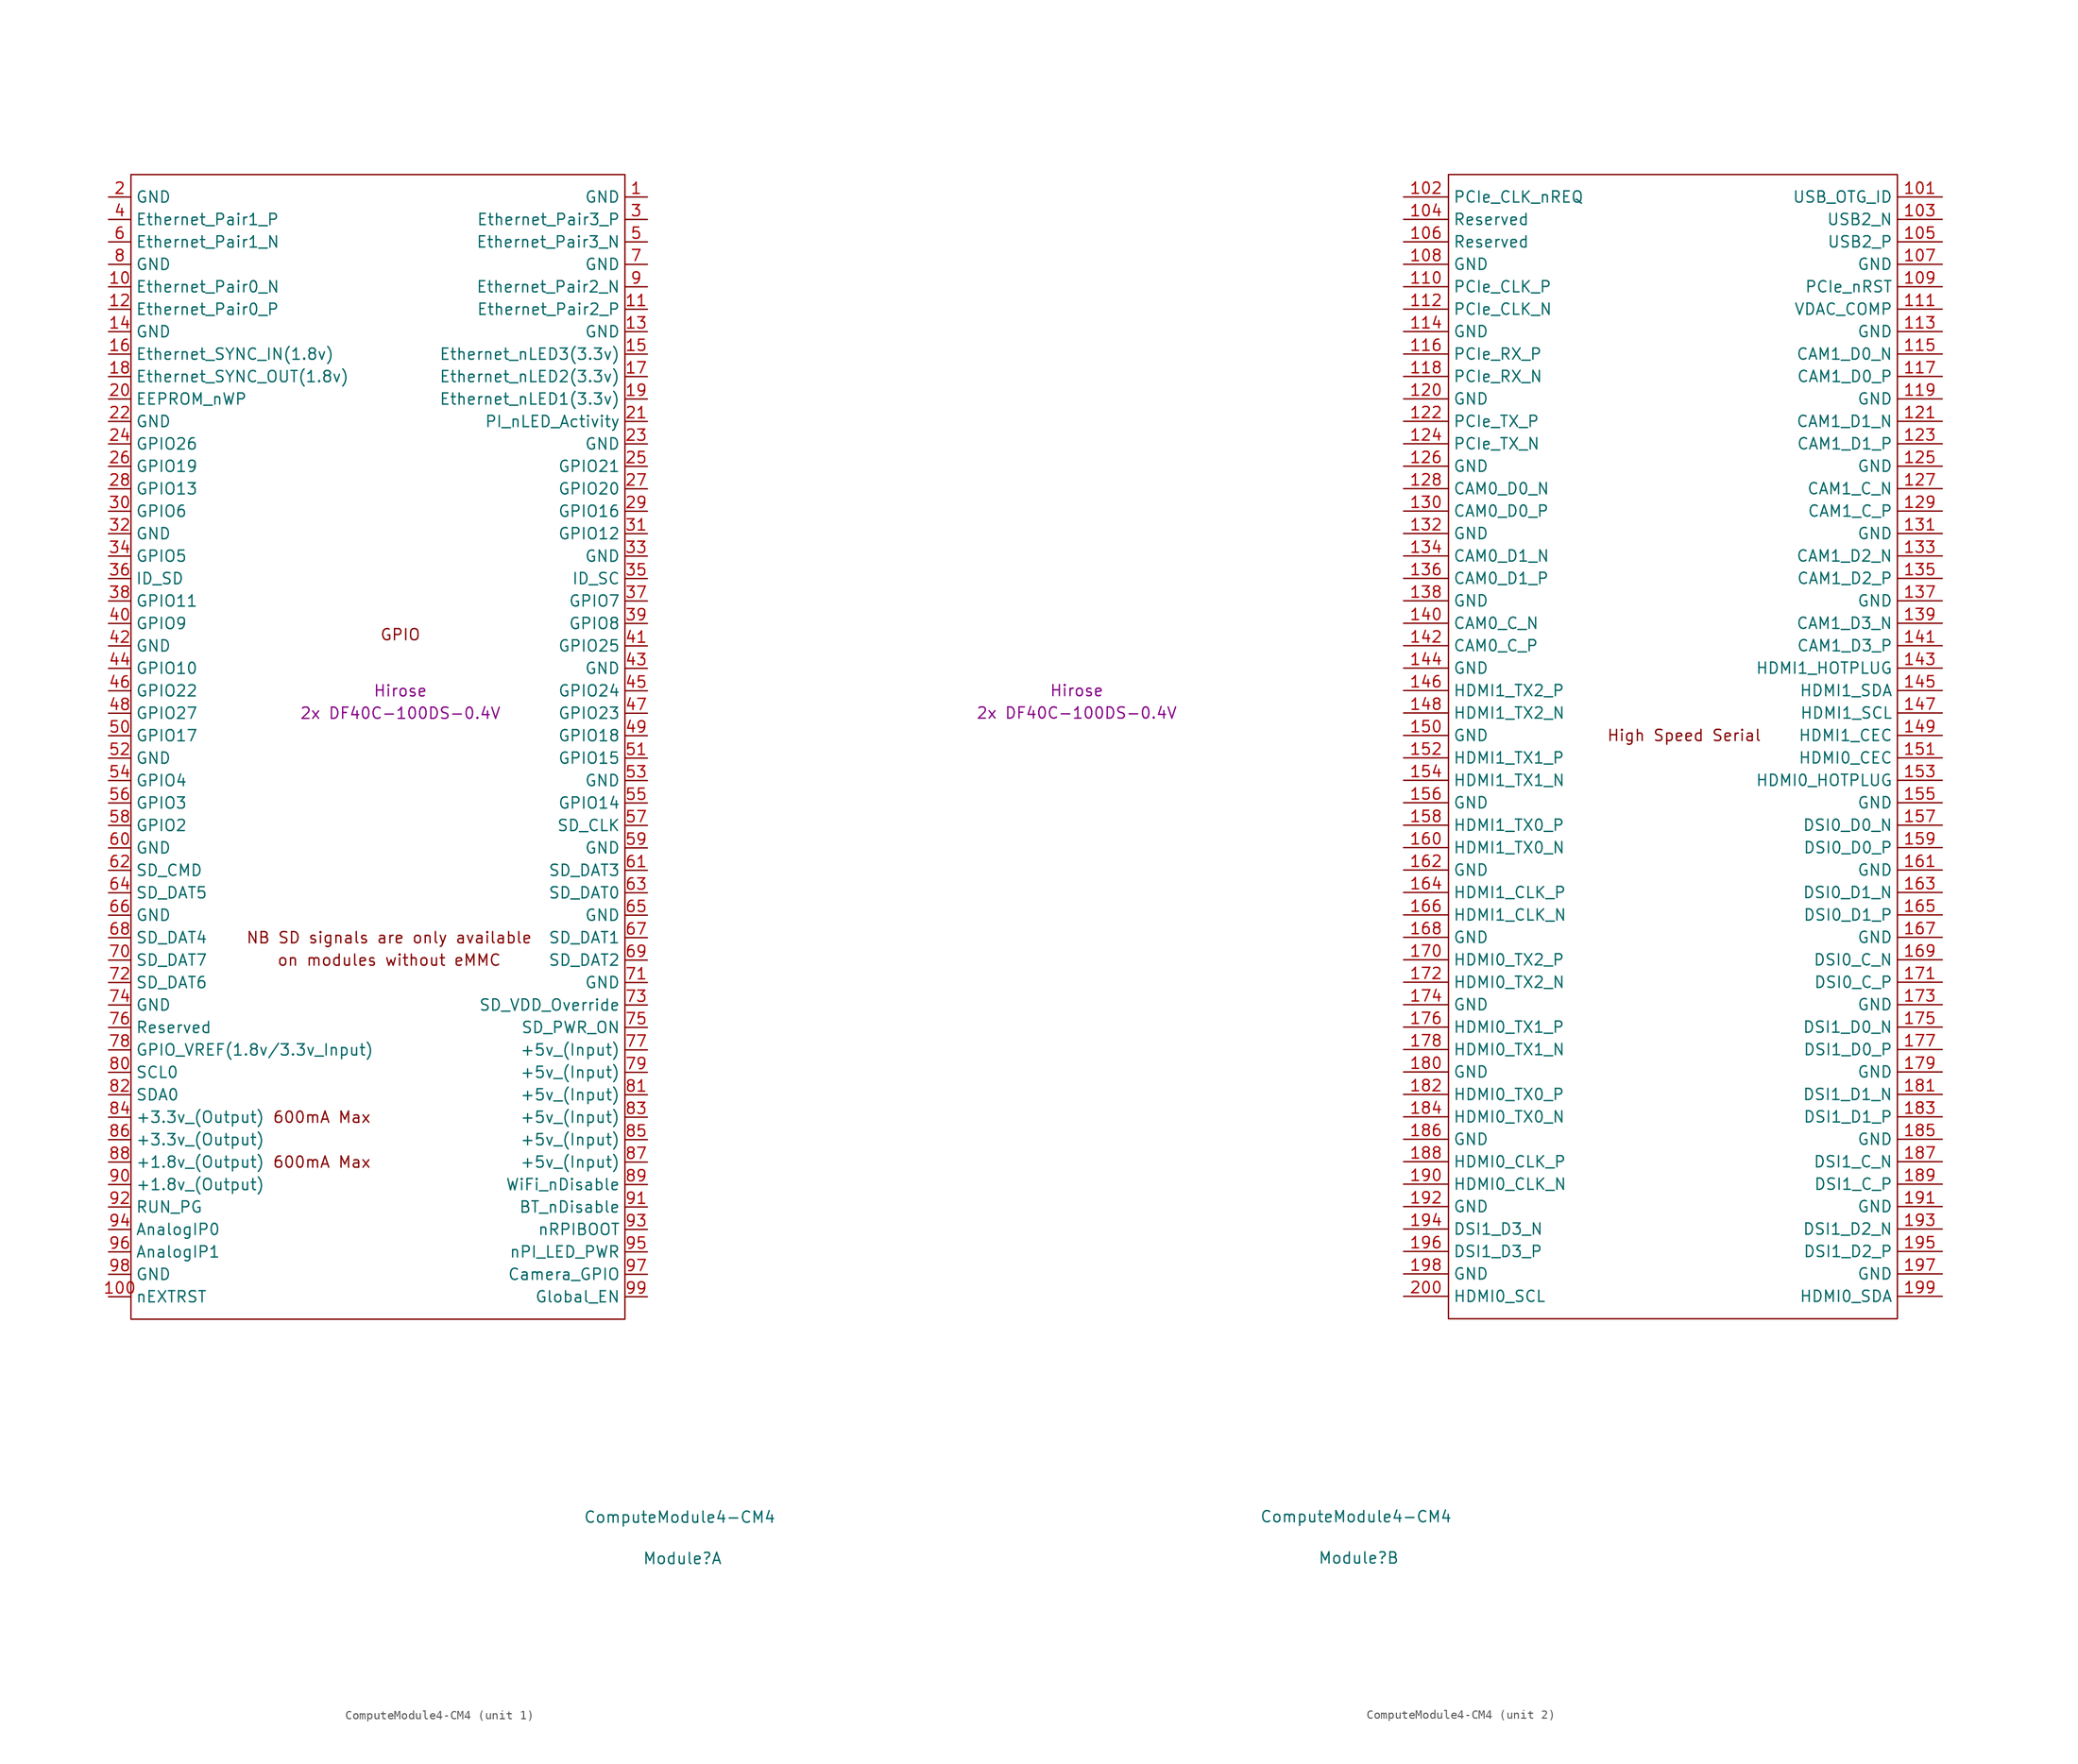
<source format=kicad_sym>
(kicad_symbol_lib
  (version 20201005)
  (generator kicad_symbol_editor)
  (symbol "CM4IO:ComputeModule4-CM4"
    (property "Reference" "Module"
      (at -0.457 -98.196 0)
      (effects (font (size 1.27 1.27))))
    (property "Value" "ComputeModule4-CM4"
      (at -0.762 -93.523 0)
      (effects (font (size 1.27 1.27))))
    (property "Field4" "Hirose"
      (at -32.36 0 0)
      (effects (font (size 1.27 1.27))))
    (property "Field5" "2x DF40C-100DS-0.4V"
      (at -32.36 -2.54 0)
      (effects (font (size 1.27 1.27))))
    (symbol "ComputeModule4-CM4_1_0"
      (text "GPIO" (at -32.36 6.35 0) (effects (font (size 1.27 1.27)))))
    (symbol "ComputeModule4-CM4_1_1"
      (text "600mA Max" (at -41.25 -53.34 0) (effects (font (size 1.27 1.27))))
      (text "600mA Max" (at -41.25 -48.26 0) (effects (font (size 1.27 1.27))))
      (text "NB SD signals are only available" (at -33.63 -27.94 0) (effects (font (size 1.27 1.27))))
      (text "on modules without eMMC" (at -33.63 -30.48 0) (effects (font (size 1.27 1.27))))
      (rectangle (start -62.84 -71.12) (end -6.96 58.42) (stroke (width 0)) (fill (type none)))
      (pin power_in line (at -4.42 55.88 180) (length 2.54) (name "GND" (effects (font (size 1.27 1.27)))) (number "1" (effects (font (size 1.27 1.27)))))
      (pin passive line (at -65.38 45.72 0) (length 2.54) (name "Ethernet_Pair0_N" (effects (font (size 1.27 1.27)))) (number "10" (effects (font (size 1.27 1.27)))))
      (pin output line (at -65.38 -68.58 0) (length 2.54) (name "nEXTRST" (effects (font (size 1.27 1.27)))) (number "100" (effects (font (size 1.27 1.27)))))
      (pin passive line (at -4.42 43.18 180) (length 2.54) (name "Ethernet_Pair2_P" (effects (font (size 1.27 1.27)))) (number "11" (effects (font (size 1.27 1.27)))))
      (pin passive line (at -65.38 43.18 0) (length 2.54) (name "Ethernet_Pair0_P" (effects (font (size 1.27 1.27)))) (number "12" (effects (font (size 1.27 1.27)))))
      (pin power_in line (at -4.42 40.64 180) (length 2.54) (name "GND" (effects (font (size 1.27 1.27)))) (number "13" (effects (font (size 1.27 1.27)))))
      (pin power_in line (at -65.38 40.64 0) (length 2.54) (name "GND" (effects (font (size 1.27 1.27)))) (number "14" (effects (font (size 1.27 1.27)))))
      (pin output line (at -4.42 38.1 180) (length 2.54) (name "Ethernet_nLED3(3.3v)" (effects (font (size 1.27 1.27)))) (number "15" (effects (font (size 1.27 1.27)))))
      (pin input line (at -65.38 38.1 0) (length 2.54) (name "Ethernet_SYNC_IN(1.8v)" (effects (font (size 1.27 1.27)))) (number "16" (effects (font (size 1.27 1.27)))))
      (pin output line (at -4.42 35.56 180) (length 2.54) (name "Ethernet_nLED2(3.3v)" (effects (font (size 1.27 1.27)))) (number "17" (effects (font (size 1.27 1.27)))))
      (pin input line (at -65.38 35.56 0) (length 2.54) (name "Ethernet_SYNC_OUT(1.8v)" (effects (font (size 1.27 1.27)))) (number "18" (effects (font (size 1.27 1.27)))))
      (pin output line (at -4.42 33.02 180) (length 2.54) (name "Ethernet_nLED1(3.3v)" (effects (font (size 1.27 1.27)))) (number "19" (effects (font (size 1.27 1.27)))))
      (pin power_in line (at -65.38 55.88 0) (length 2.54) (name "GND" (effects (font (size 1.27 1.27)))) (number "2" (effects (font (size 1.27 1.27)))))
      (pin passive line (at -65.38 33.02 0) (length 2.54) (name "EEPROM_nWP" (effects (font (size 1.27 1.27)))) (number "20" (effects (font (size 1.27 1.27)))))
      (pin open_collector line (at -4.42 30.48 180) (length 2.54) (name "PI_nLED_Activity" (effects (font (size 1.27 1.27)))) (number "21" (effects (font (size 1.27 1.27)))))
      (pin power_in line (at -65.38 30.48 0) (length 2.54) (name "GND" (effects (font (size 1.27 1.27)))) (number "22" (effects (font (size 1.27 1.27)))))
      (pin power_in line (at -4.42 27.94 180) (length 2.54) (name "GND" (effects (font (size 1.27 1.27)))) (number "23" (effects (font (size 1.27 1.27)))))
      (pin passive line (at -65.38 27.94 0) (length 2.54) (name "GPIO26" (effects (font (size 1.27 1.27)))) (number "24" (effects (font (size 1.27 1.27)))))
      (pin passive line (at -4.42 25.4 180) (length 2.54) (name "GPIO21" (effects (font (size 1.27 1.27)))) (number "25" (effects (font (size 1.27 1.27)))))
      (pin passive line (at -65.38 25.4 0) (length 2.54) (name "GPIO19" (effects (font (size 1.27 1.27)))) (number "26" (effects (font (size 1.27 1.27)))))
      (pin passive line (at -4.42 22.86 180) (length 2.54) (name "GPIO20" (effects (font (size 1.27 1.27)))) (number "27" (effects (font (size 1.27 1.27)))))
      (pin passive line (at -65.38 22.86 0) (length 2.54) (name "GPIO13" (effects (font (size 1.27 1.27)))) (number "28" (effects (font (size 1.27 1.27)))))
      (pin passive line (at -4.42 20.32 180) (length 2.54) (name "GPIO16" (effects (font (size 1.27 1.27)))) (number "29" (effects (font (size 1.27 1.27)))))
      (pin passive line (at -4.42 53.34 180) (length 2.54) (name "Ethernet_Pair3_P" (effects (font (size 1.27 1.27)))) (number "3" (effects (font (size 1.27 1.27)))))
      (pin passive line (at -65.38 20.32 0) (length 2.54) (name "GPIO6" (effects (font (size 1.27 1.27)))) (number "30" (effects (font (size 1.27 1.27)))))
      (pin passive line (at -4.42 17.78 180) (length 2.54) (name "GPIO12" (effects (font (size 1.27 1.27)))) (number "31" (effects (font (size 1.27 1.27)))))
      (pin power_in line (at -65.38 17.78 0) (length 2.54) (name "GND" (effects (font (size 1.27 1.27)))) (number "32" (effects (font (size 1.27 1.27)))))
      (pin power_in line (at -4.42 15.24 180) (length 2.54) (name "GND" (effects (font (size 1.27 1.27)))) (number "33" (effects (font (size 1.27 1.27)))))
      (pin passive line (at -65.38 15.24 0) (length 2.54) (name "GPIO5" (effects (font (size 1.27 1.27)))) (number "34" (effects (font (size 1.27 1.27)))))
      (pin passive line (at -4.42 12.7 180) (length 2.54) (name "ID_SC" (effects (font (size 1.27 1.27)))) (number "35" (effects (font (size 1.27 1.27)))))
      (pin passive line (at -65.38 12.7 0) (length 2.54) (name "ID_SD" (effects (font (size 1.27 1.27)))) (number "36" (effects (font (size 1.27 1.27)))))
      (pin passive line (at -4.42 10.16 180) (length 2.54) (name "GPIO7" (effects (font (size 1.27 1.27)))) (number "37" (effects (font (size 1.27 1.27)))))
      (pin passive line (at -65.38 10.16 0) (length 2.54) (name "GPIO11" (effects (font (size 1.27 1.27)))) (number "38" (effects (font (size 1.27 1.27)))))
      (pin passive line (at -4.42 7.62 180) (length 2.54) (name "GPIO8" (effects (font (size 1.27 1.27)))) (number "39" (effects (font (size 1.27 1.27)))))
      (pin passive line (at -65.38 53.34 0) (length 2.54) (name "Ethernet_Pair1_P" (effects (font (size 1.27 1.27)))) (number "4" (effects (font (size 1.27 1.27)))))
      (pin passive line (at -65.38 7.62 0) (length 2.54) (name "GPIO9" (effects (font (size 1.27 1.27)))) (number "40" (effects (font (size 1.27 1.27)))))
      (pin passive line (at -4.42 5.08 180) (length 2.54) (name "GPIO25" (effects (font (size 1.27 1.27)))) (number "41" (effects (font (size 1.27 1.27)))))
      (pin power_in line (at -65.38 5.08 0) (length 2.54) (name "GND" (effects (font (size 1.27 1.27)))) (number "42" (effects (font (size 1.27 1.27)))))
      (pin power_in line (at -4.42 2.54 180) (length 2.54) (name "GND" (effects (font (size 1.27 1.27)))) (number "43" (effects (font (size 1.27 1.27)))))
      (pin passive line (at -65.38 2.54 0) (length 2.54) (name "GPIO10" (effects (font (size 1.27 1.27)))) (number "44" (effects (font (size 1.27 1.27)))))
      (pin passive line (at -4.42 0 180) (length 2.54) (name "GPIO24" (effects (font (size 1.27 1.27)))) (number "45" (effects (font (size 1.27 1.27)))))
      (pin passive line (at -65.38 0 0) (length 2.54) (name "GPIO22" (effects (font (size 1.27 1.27)))) (number "46" (effects (font (size 1.27 1.27)))))
      (pin passive line (at -4.42 -2.54 180) (length 2.54) (name "GPIO23" (effects (font (size 1.27 1.27)))) (number "47" (effects (font (size 1.27 1.27)))))
      (pin passive line (at -65.38 -2.54 0) (length 2.54) (name "GPIO27" (effects (font (size 1.27 1.27)))) (number "48" (effects (font (size 1.27 1.27)))))
      (pin passive line (at -4.42 -5.08 180) (length 2.54) (name "GPIO18" (effects (font (size 1.27 1.27)))) (number "49" (effects (font (size 1.27 1.27)))))
      (pin passive line (at -4.42 50.8 180) (length 2.54) (name "Ethernet_Pair3_N" (effects (font (size 1.27 1.27)))) (number "5" (effects (font (size 1.27 1.27)))))
      (pin passive line (at -65.38 -5.08 0) (length 2.54) (name "GPIO17" (effects (font (size 1.27 1.27)))) (number "50" (effects (font (size 1.27 1.27)))))
      (pin passive line (at -4.42 -7.62 180) (length 2.54) (name "GPIO15" (effects (font (size 1.27 1.27)))) (number "51" (effects (font (size 1.27 1.27)))))
      (pin power_in line (at -65.38 -7.62 0) (length 2.54) (name "GND" (effects (font (size 1.27 1.27)))) (number "52" (effects (font (size 1.27 1.27)))))
      (pin power_in line (at -4.42 -10.16 180) (length 2.54) (name "GND" (effects (font (size 1.27 1.27)))) (number "53" (effects (font (size 1.27 1.27)))))
      (pin passive line (at -65.38 -10.16 0) (length 2.54) (name "GPIO4" (effects (font (size 1.27 1.27)))) (number "54" (effects (font (size 1.27 1.27)))))
      (pin passive line (at -4.42 -12.7 180) (length 2.54) (name "GPIO14" (effects (font (size 1.27 1.27)))) (number "55" (effects (font (size 1.27 1.27)))))
      (pin passive line (at -65.38 -12.7 0) (length 2.54) (name "GPIO3" (effects (font (size 1.27 1.27)))) (number "56" (effects (font (size 1.27 1.27)))))
      (pin passive line (at -4.42 -15.24 180) (length 2.54) (name "SD_CLK" (effects (font (size 1.27 1.27)))) (number "57" (effects (font (size 1.27 1.27)))))
      (pin passive line (at -65.38 -15.24 0) (length 2.54) (name "GPIO2" (effects (font (size 1.27 1.27)))) (number "58" (effects (font (size 1.27 1.27)))))
      (pin power_in line (at -4.42 -17.78 180) (length 2.54) (name "GND" (effects (font (size 1.27 1.27)))) (number "59" (effects (font (size 1.27 1.27)))))
      (pin passive line (at -65.38 50.8 0) (length 2.54) (name "Ethernet_Pair1_N" (effects (font (size 1.27 1.27)))) (number "6" (effects (font (size 1.27 1.27)))))
      (pin power_in line (at -65.38 -17.78 0) (length 2.54) (name "GND" (effects (font (size 1.27 1.27)))) (number "60" (effects (font (size 1.27 1.27)))))
      (pin passive line (at -4.42 -20.32 180) (length 2.54) (name "SD_DAT3" (effects (font (size 1.27 1.27)))) (number "61" (effects (font (size 1.27 1.27)))))
      (pin passive line (at -65.38 -20.32 0) (length 2.54) (name "SD_CMD" (effects (font (size 1.27 1.27)))) (number "62" (effects (font (size 1.27 1.27)))))
      (pin passive line (at -4.42 -22.86 180) (length 2.54) (name "SD_DAT0" (effects (font (size 1.27 1.27)))) (number "63" (effects (font (size 1.27 1.27)))))
      (pin passive line (at -65.38 -22.86 0) (length 2.54) (name "SD_DAT5" (effects (font (size 1.27 1.27)))) (number "64" (effects (font (size 1.27 1.27)))))
      (pin power_in line (at -4.42 -25.4 180) (length 2.54) (name "GND" (effects (font (size 1.27 1.27)))) (number "65" (effects (font (size 1.27 1.27)))))
      (pin power_in line (at -65.38 -25.4 0) (length 2.54) (name "GND" (effects (font (size 1.27 1.27)))) (number "66" (effects (font (size 1.27 1.27)))))
      (pin passive line (at -4.42 -27.94 180) (length 2.54) (name "SD_DAT1" (effects (font (size 1.27 1.27)))) (number "67" (effects (font (size 1.27 1.27)))))
      (pin passive line (at -65.38 -27.94 0) (length 2.54) (name "SD_DAT4" (effects (font (size 1.27 1.27)))) (number "68" (effects (font (size 1.27 1.27)))))
      (pin passive line (at -4.42 -30.48 180) (length 2.54) (name "SD_DAT2" (effects (font (size 1.27 1.27)))) (number "69" (effects (font (size 1.27 1.27)))))
      (pin power_in line (at -4.42 48.26 180) (length 2.54) (name "GND" (effects (font (size 1.27 1.27)))) (number "7" (effects (font (size 1.27 1.27)))))
      (pin passive line (at -65.38 -30.48 0) (length 2.54) (name "SD_DAT7" (effects (font (size 1.27 1.27)))) (number "70" (effects (font (size 1.27 1.27)))))
      (pin power_in line (at -4.42 -33.02 180) (length 2.54) (name "GND" (effects (font (size 1.27 1.27)))) (number "71" (effects (font (size 1.27 1.27)))))
      (pin passive line (at -65.38 -33.02 0) (length 2.54) (name "SD_DAT6" (effects (font (size 1.27 1.27)))) (number "72" (effects (font (size 1.27 1.27)))))
      (pin input line (at -4.42 -35.56 180) (length 2.54) (name "SD_VDD_Override" (effects (font (size 1.27 1.27)))) (number "73" (effects (font (size 1.27 1.27)))))
      (pin power_in line (at -65.38 -35.56 0) (length 2.54) (name "GND" (effects (font (size 1.27 1.27)))) (number "74" (effects (font (size 1.27 1.27)))))
      (pin output line (at -4.42 -38.1 180) (length 2.54) (name "SD_PWR_ON" (effects (font (size 1.27 1.27)))) (number "75" (effects (font (size 1.27 1.27)))))
      (pin passive line (at -65.38 -38.1 0) (length 2.54) (name "Reserved" (effects (font (size 1.27 1.27)))) (number "76" (effects (font (size 1.27 1.27)))))
      (pin power_in line (at -4.42 -40.64 180) (length 2.54) (name "+5v_(Input)" (effects (font (size 1.27 1.27)))) (number "77" (effects (font (size 1.27 1.27)))))
      (pin power_in line (at -65.38 -40.64 0) (length 2.54) (name "GPIO_VREF(1.8v/3.3v_Input)" (effects (font (size 1.27 1.27)))) (number "78" (effects (font (size 1.27 1.27)))))
      (pin power_in line (at -4.42 -43.18 180) (length 2.54) (name "+5v_(Input)" (effects (font (size 1.27 1.27)))) (number "79" (effects (font (size 1.27 1.27)))))
      (pin power_in line (at -65.38 48.26 0) (length 2.54) (name "GND" (effects (font (size 1.27 1.27)))) (number "8" (effects (font (size 1.27 1.27)))))
      (pin passive line (at -65.38 -43.18 0) (length 2.54) (name "SCL0" (effects (font (size 1.27 1.27)))) (number "80" (effects (font (size 1.27 1.27)))))
      (pin power_in line (at -4.42 -45.72 180) (length 2.54) (name "+5v_(Input)" (effects (font (size 1.27 1.27)))) (number "81" (effects (font (size 1.27 1.27)))))
      (pin passive line (at -65.38 -45.72 0) (length 2.54) (name "SDA0" (effects (font (size 1.27 1.27)))) (number "82" (effects (font (size 1.27 1.27)))))
      (pin power_in line (at -4.42 -48.26 180) (length 2.54) (name "+5v_(Input)" (effects (font (size 1.27 1.27)))) (number "83" (effects (font (size 1.27 1.27)))))
      (pin power_out line (at -65.38 -48.26 0) (length 2.54) (name "+3.3v_(Output)" (effects (font (size 1.27 1.27)))) (number "84" (effects (font (size 1.27 1.27)))))
      (pin power_in line (at -4.42 -50.8 180) (length 2.54) (name "+5v_(Input)" (effects (font (size 1.27 1.27)))) (number "85" (effects (font (size 1.27 1.27)))))
      (pin power_out line (at -65.38 -50.8 0) (length 2.54) (name "+3.3v_(Output)" (effects (font (size 1.27 1.27)))) (number "86" (effects (font (size 1.27 1.27)))))
      (pin power_in line (at -4.42 -53.34 180) (length 2.54) (name "+5v_(Input)" (effects (font (size 1.27 1.27)))) (number "87" (effects (font (size 1.27 1.27)))))
      (pin power_out line (at -65.38 -53.34 0) (length 2.54) (name "+1.8v_(Output)" (effects (font (size 1.27 1.27)))) (number "88" (effects (font (size 1.27 1.27)))))
      (pin power_in line (at -4.42 -55.88 180) (length 2.54) (name "WiFi_nDisable" (effects (font (size 1.27 1.27)))) (number "89" (effects (font (size 1.27 1.27)))))
      (pin passive line (at -4.42 45.72 180) (length 2.54) (name "Ethernet_Pair2_N" (effects (font (size 1.27 1.27)))) (number "9" (effects (font (size 1.27 1.27)))))
      (pin power_out line (at -65.38 -55.88 0) (length 2.54) (name "+1.8v_(Output)" (effects (font (size 1.27 1.27)))) (number "90" (effects (font (size 1.27 1.27)))))
      (pin power_in line (at -4.42 -58.42 180) (length 2.54) (name "BT_nDisable" (effects (font (size 1.27 1.27)))) (number "91" (effects (font (size 1.27 1.27)))))
      (pin passive line (at -65.38 -58.42 0) (length 2.54) (name "RUN_PG" (effects (font (size 1.27 1.27)))) (number "92" (effects (font (size 1.27 1.27)))))
      (pin input line (at -4.42 -60.96 180) (length 2.54) (name "nRPIBOOT" (effects (font (size 1.27 1.27)))) (number "93" (effects (font (size 1.27 1.27)))))
      (pin passive line (at -65.38 -60.96 0) (length 2.54) (name "AnalogIP0" (effects (font (size 1.27 1.27)))) (number "94" (effects (font (size 1.27 1.27)))))
      (pin output line (at -4.42 -63.5 180) (length 2.54) (name "nPI_LED_PWR" (effects (font (size 1.27 1.27)))) (number "95" (effects (font (size 1.27 1.27)))))
      (pin passive line (at -65.38 -63.5 0) (length 2.54) (name "AnalogIP1" (effects (font (size 1.27 1.27)))) (number "96" (effects (font (size 1.27 1.27)))))
      (pin passive line (at -4.42 -66.04 180) (length 2.54) (name "Camera_GPIO" (effects (font (size 1.27 1.27)))) (number "97" (effects (font (size 1.27 1.27)))))
      (pin power_in line (at -65.38 -66.04 0) (length 2.54) (name "GND" (effects (font (size 1.27 1.27)))) (number "98" (effects (font (size 1.27 1.27)))))
      (pin input line (at -4.42 -68.58 180) (length 2.54) (name "Global_EN" (effects (font (size 1.27 1.27)))) (number "99" (effects (font (size 1.27 1.27))))))
    (symbol "ComputeModule4-CM4_2_1"
      (text "High Speed Serial" (at 36.373 -5.08 0) (effects (font (size 1.27 1.27))))
      (rectangle (start 9.703 -71.12) (end 60.503 58.42) (stroke (width 0)) (fill (type none)))
      (pin input line (at 65.583 55.88 180) (length 5.08) (name "USB_OTG_ID" (effects (font (size 1.27 1.27)))) (number "101" (effects (font (size 1.27 1.27)))))
      (pin input line (at 4.623 55.88 0) (length 5.08) (name "PCIe_CLK_nREQ" (effects (font (size 1.27 1.27)))) (number "102" (effects (font (size 1.27 1.27)))))
      (pin passive line (at 65.583 53.34 180) (length 5.08) (name "USB2_N" (effects (font (size 1.27 1.27)))) (number "103" (effects (font (size 1.27 1.27)))))
      (pin passive line (at 4.623 53.34 0) (length 5.08) (name "Reserved" (effects (font (size 1.27 1.27)))) (number "104" (effects (font (size 1.27 1.27)))))
      (pin passive line (at 65.583 50.8 180) (length 5.08) (name "USB2_P" (effects (font (size 1.27 1.27)))) (number "105" (effects (font (size 1.27 1.27)))))
      (pin passive line (at 4.623 50.8 0) (length 5.08) (name "Reserved" (effects (font (size 1.27 1.27)))) (number "106" (effects (font (size 1.27 1.27)))))
      (pin power_in line (at 65.583 48.26 180) (length 5.08) (name "GND" (effects (font (size 1.27 1.27)))) (number "107" (effects (font (size 1.27 1.27)))))
      (pin power_in line (at 4.623 48.26 0) (length 5.08) (name "GND" (effects (font (size 1.27 1.27)))) (number "108" (effects (font (size 1.27 1.27)))))
      (pin bidirectional line (at 65.583 45.72 180) (length 5.08) (name "PCIe_nRST" (effects (font (size 1.27 1.27)))) (number "109" (effects (font (size 1.27 1.27)))))
      (pin output line (at 4.623 45.72 0) (length 5.08) (name "PCIe_CLK_P" (effects (font (size 1.27 1.27)))) (number "110" (effects (font (size 1.27 1.27)))))
      (pin passive line (at 65.583 43.18 180) (length 5.08) (name "VDAC_COMP" (effects (font (size 1.27 1.27)))) (number "111" (effects (font (size 1.27 1.27)))))
      (pin output line (at 4.623 43.18 0) (length 5.08) (name "PCIe_CLK_N" (effects (font (size 1.27 1.27)))) (number "112" (effects (font (size 1.27 1.27)))))
      (pin power_in line (at 65.583 40.64 180) (length 5.08) (name "GND" (effects (font (size 1.27 1.27)))) (number "113" (effects (font (size 1.27 1.27)))))
      (pin power_in line (at 4.623 40.64 0) (length 5.08) (name "GND" (effects (font (size 1.27 1.27)))) (number "114" (effects (font (size 1.27 1.27)))))
      (pin input line (at 65.583 38.1 180) (length 5.08) (name "CAM1_D0_N" (effects (font (size 1.27 1.27)))) (number "115" (effects (font (size 1.27 1.27)))))
      (pin input line (at 4.623 38.1 0) (length 5.08) (name "PCIe_RX_P" (effects (font (size 1.27 1.27)))) (number "116" (effects (font (size 1.27 1.27)))))
      (pin input line (at 65.583 35.56 180) (length 5.08) (name "CAM1_D0_P" (effects (font (size 1.27 1.27)))) (number "117" (effects (font (size 1.27 1.27)))))
      (pin input line (at 4.623 35.56 0) (length 5.08) (name "PCIe_RX_N" (effects (font (size 1.27 1.27)))) (number "118" (effects (font (size 1.27 1.27)))))
      (pin power_in line (at 65.583 33.02 180) (length 5.08) (name "GND" (effects (font (size 1.27 1.27)))) (number "119" (effects (font (size 1.27 1.27)))))
      (pin power_in line (at 4.623 33.02 0) (length 5.08) (name "GND" (effects (font (size 1.27 1.27)))) (number "120" (effects (font (size 1.27 1.27)))))
      (pin input line (at 65.583 30.48 180) (length 5.08) (name "CAM1_D1_N" (effects (font (size 1.27 1.27)))) (number "121" (effects (font (size 1.27 1.27)))))
      (pin output line (at 4.623 30.48 0) (length 5.08) (name "PCIe_TX_P" (effects (font (size 1.27 1.27)))) (number "122" (effects (font (size 1.27 1.27)))))
      (pin input line (at 65.583 27.94 180) (length 5.08) (name "CAM1_D1_P" (effects (font (size 1.27 1.27)))) (number "123" (effects (font (size 1.27 1.27)))))
      (pin output line (at 4.623 27.94 0) (length 5.08) (name "PCIe_TX_N" (effects (font (size 1.27 1.27)))) (number "124" (effects (font (size 1.27 1.27)))))
      (pin power_in line (at 65.583 25.4 180) (length 5.08) (name "GND" (effects (font (size 1.27 1.27)))) (number "125" (effects (font (size 1.27 1.27)))))
      (pin power_in line (at 4.623 25.4 0) (length 5.08) (name "GND" (effects (font (size 1.27 1.27)))) (number "126" (effects (font (size 1.27 1.27)))))
      (pin input line (at 65.583 22.86 180) (length 5.08) (name "CAM1_C_N" (effects (font (size 1.27 1.27)))) (number "127" (effects (font (size 1.27 1.27)))))
      (pin input line (at 4.623 22.86 0) (length 5.08) (name "CAM0_D0_N" (effects (font (size 1.27 1.27)))) (number "128" (effects (font (size 1.27 1.27)))))
      (pin input line (at 65.583 20.32 180) (length 5.08) (name "CAM1_C_P" (effects (font (size 1.27 1.27)))) (number "129" (effects (font (size 1.27 1.27)))))
      (pin input line (at 4.623 20.32 0) (length 5.08) (name "CAM0_D0_P" (effects (font (size 1.27 1.27)))) (number "130" (effects (font (size 1.27 1.27)))))
      (pin power_in line (at 65.583 17.78 180) (length 5.08) (name "GND" (effects (font (size 1.27 1.27)))) (number "131" (effects (font (size 1.27 1.27)))))
      (pin power_in line (at 4.623 17.78 0) (length 5.08) (name "GND" (effects (font (size 1.27 1.27)))) (number "132" (effects (font (size 1.27 1.27)))))
      (pin input line (at 65.583 15.24 180) (length 5.08) (name "CAM1_D2_N" (effects (font (size 1.27 1.27)))) (number "133" (effects (font (size 1.27 1.27)))))
      (pin input line (at 4.623 15.24 0) (length 5.08) (name "CAM0_D1_N" (effects (font (size 1.27 1.27)))) (number "134" (effects (font (size 1.27 1.27)))))
      (pin input line (at 65.583 12.7 180) (length 5.08) (name "CAM1_D2_P" (effects (font (size 1.27 1.27)))) (number "135" (effects (font (size 1.27 1.27)))))
      (pin input line (at 4.623 12.7 0) (length 5.08) (name "CAM0_D1_P" (effects (font (size 1.27 1.27)))) (number "136" (effects (font (size 1.27 1.27)))))
      (pin power_in line (at 65.583 10.16 180) (length 5.08) (name "GND" (effects (font (size 1.27 1.27)))) (number "137" (effects (font (size 1.27 1.27)))))
      (pin power_in line (at 4.623 10.16 0) (length 5.08) (name "GND" (effects (font (size 1.27 1.27)))) (number "138" (effects (font (size 1.27 1.27)))))
      (pin input line (at 65.583 7.62 180) (length 5.08) (name "CAM1_D3_N" (effects (font (size 1.27 1.27)))) (number "139" (effects (font (size 1.27 1.27)))))
      (pin input line (at 4.623 7.62 0) (length 5.08) (name "CAM0_C_N" (effects (font (size 1.27 1.27)))) (number "140" (effects (font (size 1.27 1.27)))))
      (pin input line (at 65.583 5.08 180) (length 5.08) (name "CAM1_D3_P" (effects (font (size 1.27 1.27)))) (number "141" (effects (font (size 1.27 1.27)))))
      (pin input line (at 4.623 5.08 0) (length 5.08) (name "CAM0_C_P" (effects (font (size 1.27 1.27)))) (number "142" (effects (font (size 1.27 1.27)))))
      (pin input line (at 65.583 2.54 180) (length 5.08) (name "HDMI1_HOTPLUG" (effects (font (size 1.27 1.27)))) (number "143" (effects (font (size 1.27 1.27)))))
      (pin power_in line (at 4.623 2.54 0) (length 5.08) (name "GND" (effects (font (size 1.27 1.27)))) (number "144" (effects (font (size 1.27 1.27)))))
      (pin bidirectional line (at 65.583 0 180) (length 5.08) (name "HDMI1_SDA" (effects (font (size 1.27 1.27)))) (number "145" (effects (font (size 1.27 1.27)))))
      (pin output line (at 4.623 0 0) (length 5.08) (name "HDMI1_TX2_P" (effects (font (size 1.27 1.27)))) (number "146" (effects (font (size 1.27 1.27)))))
      (pin open_collector line (at 65.583 -2.54 180) (length 5.08) (name "HDMI1_SCL" (effects (font (size 1.27 1.27)))) (number "147" (effects (font (size 1.27 1.27)))))
      (pin output line (at 4.623 -2.54 0) (length 5.08) (name "HDMI1_TX2_N" (effects (font (size 1.27 1.27)))) (number "148" (effects (font (size 1.27 1.27)))))
      (pin open_collector line (at 65.583 -5.08 180) (length 5.08) (name "HDMI1_CEC" (effects (font (size 1.27 1.27)))) (number "149" (effects (font (size 1.27 1.27)))))
      (pin power_in line (at 4.623 -5.08 0) (length 5.08) (name "GND" (effects (font (size 1.27 1.27)))) (number "150" (effects (font (size 1.27 1.27)))))
      (pin open_collector line (at 65.583 -7.62 180) (length 5.08) (name "HDMI0_CEC" (effects (font (size 1.27 1.27)))) (number "151" (effects (font (size 1.27 1.27)))))
      (pin output line (at 4.623 -7.62 0) (length 5.08) (name "HDMI1_TX1_P" (effects (font (size 1.27 1.27)))) (number "152" (effects (font (size 1.27 1.27)))))
      (pin input line (at 65.583 -10.16 180) (length 5.08) (name "HDMI0_HOTPLUG" (effects (font (size 1.27 1.27)))) (number "153" (effects (font (size 1.27 1.27)))))
      (pin output line (at 4.623 -10.16 0) (length 5.08) (name "HDMI1_TX1_N" (effects (font (size 1.27 1.27)))) (number "154" (effects (font (size 1.27 1.27)))))
      (pin power_in line (at 65.583 -12.7 180) (length 5.08) (name "GND" (effects (font (size 1.27 1.27)))) (number "155" (effects (font (size 1.27 1.27)))))
      (pin power_in line (at 4.623 -12.7 0) (length 5.08) (name "GND" (effects (font (size 1.27 1.27)))) (number "156" (effects (font (size 1.27 1.27)))))
      (pin output line (at 65.583 -15.24 180) (length 5.08) (name "DSI0_D0_N" (effects (font (size 1.27 1.27)))) (number "157" (effects (font (size 1.27 1.27)))))
      (pin output line (at 4.623 -15.24 0) (length 5.08) (name "HDMI1_TX0_P" (effects (font (size 1.27 1.27)))) (number "158" (effects (font (size 1.27 1.27)))))
      (pin output line (at 65.583 -17.78 180) (length 5.08) (name "DSI0_D0_P" (effects (font (size 1.27 1.27)))) (number "159" (effects (font (size 1.27 1.27)))))
      (pin output line (at 4.623 -17.78 0) (length 5.08) (name "HDMI1_TX0_N" (effects (font (size 1.27 1.27)))) (number "160" (effects (font (size 1.27 1.27)))))
      (pin power_in line (at 65.583 -20.32 180) (length 5.08) (name "GND" (effects (font (size 1.27 1.27)))) (number "161" (effects (font (size 1.27 1.27)))))
      (pin power_in line (at 4.623 -20.32 0) (length 5.08) (name "GND" (effects (font (size 1.27 1.27)))) (number "162" (effects (font (size 1.27 1.27)))))
      (pin output line (at 65.583 -22.86 180) (length 5.08) (name "DSI0_D1_N" (effects (font (size 1.27 1.27)))) (number "163" (effects (font (size 1.27 1.27)))))
      (pin output line (at 4.623 -22.86 0) (length 5.08) (name "HDMI1_CLK_P" (effects (font (size 1.27 1.27)))) (number "164" (effects (font (size 1.27 1.27)))))
      (pin output line (at 65.583 -25.4 180) (length 5.08) (name "DSI0_D1_P" (effects (font (size 1.27 1.27)))) (number "165" (effects (font (size 1.27 1.27)))))
      (pin output line (at 4.623 -25.4 0) (length 5.08) (name "HDMI1_CLK_N" (effects (font (size 1.27 1.27)))) (number "166" (effects (font (size 1.27 1.27)))))
      (pin power_in line (at 65.583 -27.94 180) (length 5.08) (name "GND" (effects (font (size 1.27 1.27)))) (number "167" (effects (font (size 1.27 1.27)))))
      (pin power_in line (at 4.623 -27.94 0) (length 5.08) (name "GND" (effects (font (size 1.27 1.27)))) (number "168" (effects (font (size 1.27 1.27)))))
      (pin output line (at 65.583 -30.48 180) (length 5.08) (name "DSI0_C_N" (effects (font (size 1.27 1.27)))) (number "169" (effects (font (size 1.27 1.27)))))
      (pin output line (at 4.623 -30.48 0) (length 5.08) (name "HDMI0_TX2_P" (effects (font (size 1.27 1.27)))) (number "170" (effects (font (size 1.27 1.27)))))
      (pin output line (at 65.583 -33.02 180) (length 5.08) (name "DSI0_C_P" (effects (font (size 1.27 1.27)))) (number "171" (effects (font (size 1.27 1.27)))))
      (pin output line (at 4.623 -33.02 0) (length 5.08) (name "HDMI0_TX2_N" (effects (font (size 1.27 1.27)))) (number "172" (effects (font (size 1.27 1.27)))))
      (pin power_in line (at 65.583 -35.56 180) (length 5.08) (name "GND" (effects (font (size 1.27 1.27)))) (number "173" (effects (font (size 1.27 1.27)))))
      (pin power_in line (at 4.623 -35.56 0) (length 5.08) (name "GND" (effects (font (size 1.27 1.27)))) (number "174" (effects (font (size 1.27 1.27)))))
      (pin output line (at 65.583 -38.1 180) (length 5.08) (name "DSI1_D0_N" (effects (font (size 1.27 1.27)))) (number "175" (effects (font (size 1.27 1.27)))))
      (pin output line (at 4.623 -38.1 0) (length 5.08) (name "HDMI0_TX1_P" (effects (font (size 1.27 1.27)))) (number "176" (effects (font (size 1.27 1.27)))))
      (pin output line (at 65.583 -40.64 180) (length 5.08) (name "DSI1_D0_P" (effects (font (size 1.27 1.27)))) (number "177" (effects (font (size 1.27 1.27)))))
      (pin output line (at 4.623 -40.64 0) (length 5.08) (name "HDMI0_TX1_N" (effects (font (size 1.27 1.27)))) (number "178" (effects (font (size 1.27 1.27)))))
      (pin power_in line (at 65.583 -43.18 180) (length 5.08) (name "GND" (effects (font (size 1.27 1.27)))) (number "179" (effects (font (size 1.27 1.27)))))
      (pin power_in line (at 4.623 -43.18 0) (length 5.08) (name "GND" (effects (font (size 1.27 1.27)))) (number "180" (effects (font (size 1.27 1.27)))))
      (pin output line (at 65.583 -45.72 180) (length 5.08) (name "DSI1_D1_N" (effects (font (size 1.27 1.27)))) (number "181" (effects (font (size 1.27 1.27)))))
      (pin output line (at 4.623 -45.72 0) (length 5.08) (name "HDMI0_TX0_P" (effects (font (size 1.27 1.27)))) (number "182" (effects (font (size 1.27 1.27)))))
      (pin output line (at 65.583 -48.26 180) (length 5.08) (name "DSI1_D1_P" (effects (font (size 1.27 1.27)))) (number "183" (effects (font (size 1.27 1.27)))))
      (pin output line (at 4.623 -48.26 0) (length 5.08) (name "HDMI0_TX0_N" (effects (font (size 1.27 1.27)))) (number "184" (effects (font (size 1.27 1.27)))))
      (pin power_in line (at 65.583 -50.8 180) (length 5.08) (name "GND" (effects (font (size 1.27 1.27)))) (number "185" (effects (font (size 1.27 1.27)))))
      (pin power_in line (at 4.623 -50.8 0) (length 5.08) (name "GND" (effects (font (size 1.27 1.27)))) (number "186" (effects (font (size 1.27 1.27)))))
      (pin output line (at 65.583 -53.34 180) (length 5.08) (name "DSI1_C_N" (effects (font (size 1.27 1.27)))) (number "187" (effects (font (size 1.27 1.27)))))
      (pin output line (at 4.623 -53.34 0) (length 5.08) (name "HDMI0_CLK_P" (effects (font (size 1.27 1.27)))) (number "188" (effects (font (size 1.27 1.27)))))
      (pin output line (at 65.583 -55.88 180) (length 5.08) (name "DSI1_C_P" (effects (font (size 1.27 1.27)))) (number "189" (effects (font (size 1.27 1.27)))))
      (pin output line (at 4.623 -55.88 0) (length 5.08) (name "HDMI0_CLK_N" (effects (font (size 1.27 1.27)))) (number "190" (effects (font (size 1.27 1.27)))))
      (pin power_in line (at 65.583 -58.42 180) (length 5.08) (name "GND" (effects (font (size 1.27 1.27)))) (number "191" (effects (font (size 1.27 1.27)))))
      (pin power_in line (at 4.623 -58.42 0) (length 5.08) (name "GND" (effects (font (size 1.27 1.27)))) (number "192" (effects (font (size 1.27 1.27)))))
      (pin output line (at 65.583 -60.96 180) (length 5.08) (name "DSI1_D2_N" (effects (font (size 1.27 1.27)))) (number "193" (effects (font (size 1.27 1.27)))))
      (pin output line (at 4.623 -60.96 0) (length 5.08) (name "DSI1_D3_N" (effects (font (size 1.27 1.27)))) (number "194" (effects (font (size 1.27 1.27)))))
      (pin output line (at 65.583 -63.5 180) (length 5.08) (name "DSI1_D2_P" (effects (font (size 1.27 1.27)))) (number "195" (effects (font (size 1.27 1.27)))))
      (pin output line (at 4.623 -63.5 0) (length 5.08) (name "DSI1_D3_P" (effects (font (size 1.27 1.27)))) (number "196" (effects (font (size 1.27 1.27)))))
      (pin power_in line (at 65.583 -66.04 180) (length 5.08) (name "GND" (effects (font (size 1.27 1.27)))) (number "197" (effects (font (size 1.27 1.27)))))
      (pin power_in line (at 4.623 -66.04 0) (length 5.08) (name "GND" (effects (font (size 1.27 1.27)))) (number "198" (effects (font (size 1.27 1.27)))))
      (pin bidirectional line (at 65.583 -68.58 180) (length 5.08) (name "HDMI0_SDA" (effects (font (size 1.27 1.27)))) (number "199" (effects (font (size 1.27 1.27)))))
      (pin open_collector line (at 4.623 -68.58 0) (length 5.08) (name "HDMI0_SCL" (effects (font (size 1.27 1.27)))) (number "200" (effects (font (size 1.27 1.27))))))))
</source>
